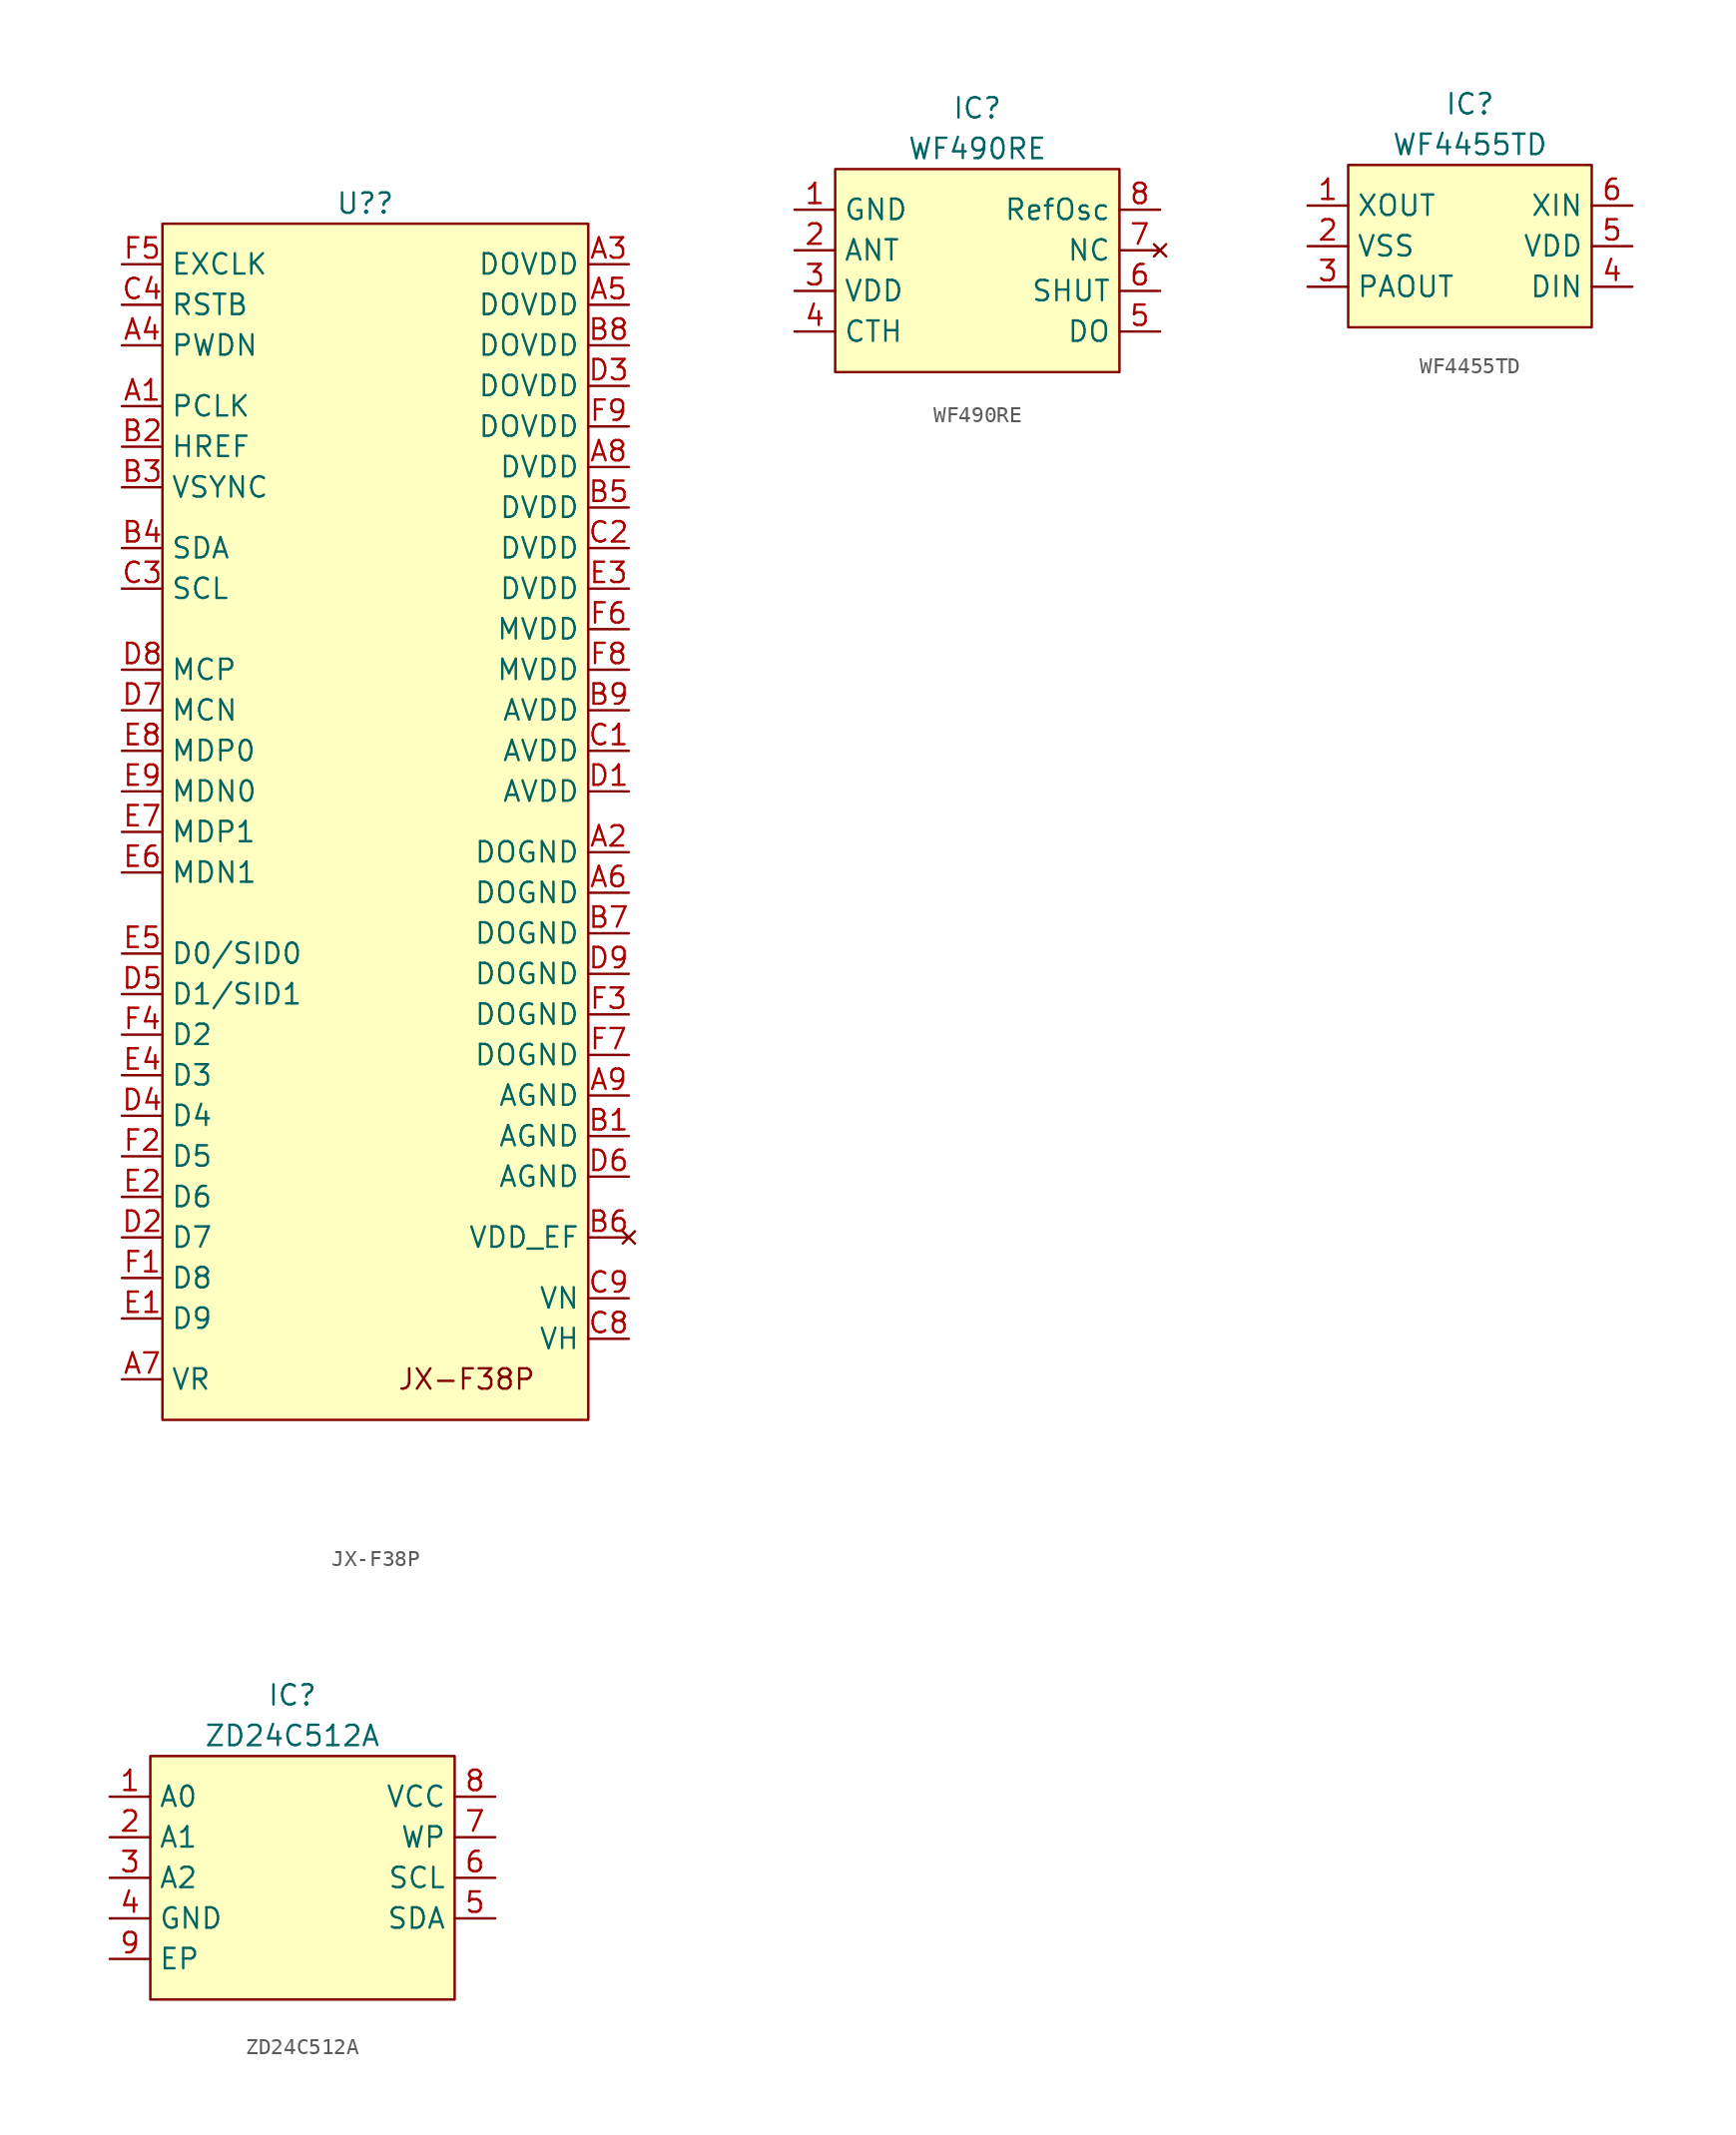
<source format=kicad_sym>
(kicad_symbol_lib
  (version 20220914)
  (generator kicad_symbol_editor)
  (symbol "JX-F38P"
    (property "Reference" "U?"
      (at 15.24 3.81 0)
      (effects (font (size 1.27 1.27))))
    (property "Value" ""
      (at 0 0 0)
      (effects (font (size 1.27 1.27))))
    (symbol "JX-F38P_1_1"
      (rectangle (start 2.54 2.54) (end 29.21 -72.39) (stroke (width 0) (type default)) (fill (type background)))
      (text "JX-F38P" (at 21.59 -69.85 0) (effects (font (size 1.27 1.27))))
      (pin input line (at 0 -8.89 0) (length 2.54) (name "PCLK" (effects (font (size 1.27 1.27)))) (number "A1" (effects (font (size 1.27 1.27)))))
      (pin input line (at 31.75 -36.83 180) (length 2.54) (name "DOGND" (effects (font (size 1.27 1.27)))) (number "A2" (effects (font (size 1.27 1.27)))))
      (pin input line (at 31.75 0 180) (length 2.54) (name "DOVDD" (effects (font (size 1.27 1.27)))) (number "A3" (effects (font (size 1.27 1.27)))))
      (pin input line (at 0 -5.08 0) (length 2.54) (name "PWDN" (effects (font (size 1.27 1.27)))) (number "A4" (effects (font (size 1.27 1.27)))))
      (pin input line (at 31.75 -2.54 180) (length 2.54) (name "DOVDD" (effects (font (size 1.27 1.27)))) (number "A5" (effects (font (size 1.27 1.27)))))
      (pin input line (at 31.75 -39.37 180) (length 2.54) (name "DOGND" (effects (font (size 1.27 1.27)))) (number "A6" (effects (font (size 1.27 1.27)))))
      (pin input line (at 0 -69.85 0) (length 2.54) (name "VR" (effects (font (size 1.27 1.27)))) (number "A7" (effects (font (size 1.27 1.27)))))
      (pin input line (at 31.75 -12.7 180) (length 2.54) (name "DVDD" (effects (font (size 1.27 1.27)))) (number "A8" (effects (font (size 1.27 1.27)))))
      (pin input line (at 31.75 -52.07 180) (length 2.54) (name "AGND" (effects (font (size 1.27 1.27)))) (number "A9" (effects (font (size 1.27 1.27)))))
      (pin input line (at 31.75 -54.61 180) (length 2.54) (name "AGND" (effects (font (size 1.27 1.27)))) (number "B1" (effects (font (size 1.27 1.27)))))
      (pin input line (at 0 -11.43 0) (length 2.54) (name "HREF" (effects (font (size 1.27 1.27)))) (number "B2" (effects (font (size 1.27 1.27)))))
      (pin input line (at 0 -13.97 0) (length 2.54) (name "VSYNC" (effects (font (size 1.27 1.27)))) (number "B3" (effects (font (size 1.27 1.27)))))
      (pin input line (at 0 -17.78 0) (length 2.54) (name "SDA" (effects (font (size 1.27 1.27)))) (number "B4" (effects (font (size 1.27 1.27)))))
      (pin input line (at 31.75 -15.24 180) (length 2.54) (name "DVDD" (effects (font (size 1.27 1.27)))) (number "B5" (effects (font (size 1.27 1.27)))))
      (pin no_connect line (at 31.75 -60.96 180) (length 2.54) (name "VDD_EF" (effects (font (size 1.27 1.27)))) (number "B6" (effects (font (size 1.27 1.27)))))
      (pin input line (at 31.75 -41.91 180) (length 2.54) (name "DOGND" (effects (font (size 1.27 1.27)))) (number "B7" (effects (font (size 1.27 1.27)))))
      (pin input line (at 31.75 -5.08 180) (length 2.54) (name "DOVDD" (effects (font (size 1.27 1.27)))) (number "B8" (effects (font (size 1.27 1.27)))))
      (pin input line (at 31.75 -27.94 180) (length 2.54) (name "AVDD" (effects (font (size 1.27 1.27)))) (number "B9" (effects (font (size 1.27 1.27)))))
      (pin input line (at 31.75 -30.48 180) (length 2.54) (name "AVDD" (effects (font (size 1.27 1.27)))) (number "C1" (effects (font (size 1.27 1.27)))))
      (pin input line (at 31.75 -17.78 180) (length 2.54) (name "DVDD" (effects (font (size 1.27 1.27)))) (number "C2" (effects (font (size 1.27 1.27)))))
      (pin input line (at 0 -20.32 0) (length 2.54) (name "SCL" (effects (font (size 1.27 1.27)))) (number "C3" (effects (font (size 1.27 1.27)))))
      (pin input line (at 0 -2.54 0) (length 2.54) (name "RSTB" (effects (font (size 1.27 1.27)))) (number "C4" (effects (font (size 1.27 1.27)))))
      (pin input line (at 31.75 -67.31 180) (length 2.54) (name "VH" (effects (font (size 1.27 1.27)))) (number "C8" (effects (font (size 1.27 1.27)))))
      (pin input line (at 31.75 -64.77 180) (length 2.54) (name "VN" (effects (font (size 1.27 1.27)))) (number "C9" (effects (font (size 1.27 1.27)))))
      (pin input line (at 31.75 -33.02 180) (length 2.54) (name "AVDD" (effects (font (size 1.27 1.27)))) (number "D1" (effects (font (size 1.27 1.27)))))
      (pin input line (at 0 -60.96 0) (length 2.54) (name "D7" (effects (font (size 1.27 1.27)))) (number "D2" (effects (font (size 1.27 1.27)))))
      (pin input line (at 31.75 -7.62 180) (length 2.54) (name "DOVDD" (effects (font (size 1.27 1.27)))) (number "D3" (effects (font (size 1.27 1.27)))))
      (pin input line (at 0 -53.34 0) (length 2.54) (name "D4" (effects (font (size 1.27 1.27)))) (number "D4" (effects (font (size 1.27 1.27)))))
      (pin input line (at 0 -45.72 0) (length 2.54) (name "D1/SID1" (effects (font (size 1.27 1.27)))) (number "D5" (effects (font (size 1.27 1.27)))))
      (pin input line (at 31.75 -57.15 180) (length 2.54) (name "AGND" (effects (font (size 1.27 1.27)))) (number "D6" (effects (font (size 1.27 1.27)))))
      (pin input line (at 0 -27.94 0) (length 2.54) (name "MCN" (effects (font (size 1.27 1.27)))) (number "D7" (effects (font (size 1.27 1.27)))))
      (pin input line (at 0 -25.4 0) (length 2.54) (name "MCP" (effects (font (size 1.27 1.27)))) (number "D8" (effects (font (size 1.27 1.27)))))
      (pin input line (at 31.75 -44.45 180) (length 2.54) (name "DOGND" (effects (font (size 1.27 1.27)))) (number "D9" (effects (font (size 1.27 1.27)))))
      (pin input line (at 0 -66.04 0) (length 2.54) (name "D9" (effects (font (size 1.27 1.27)))) (number "E1" (effects (font (size 1.27 1.27)))))
      (pin input line (at 0 -58.42 0) (length 2.54) (name "D6" (effects (font (size 1.27 1.27)))) (number "E2" (effects (font (size 1.27 1.27)))))
      (pin input line (at 31.75 -20.32 180) (length 2.54) (name "DVDD" (effects (font (size 1.27 1.27)))) (number "E3" (effects (font (size 1.27 1.27)))))
      (pin input line (at 0 -50.8 0) (length 2.54) (name "D3" (effects (font (size 1.27 1.27)))) (number "E4" (effects (font (size 1.27 1.27)))))
      (pin input line (at 0 -43.18 0) (length 2.54) (name "D0/SID0" (effects (font (size 1.27 1.27)))) (number "E5" (effects (font (size 1.27 1.27)))))
      (pin input line (at 0 -38.1 0) (length 2.54) (name "MDN1" (effects (font (size 1.27 1.27)))) (number "E6" (effects (font (size 1.27 1.27)))))
      (pin input line (at 0 -35.56 0) (length 2.54) (name "MDP1" (effects (font (size 1.27 1.27)))) (number "E7" (effects (font (size 1.27 1.27)))))
      (pin input line (at 0 -30.48 0) (length 2.54) (name "MDP0" (effects (font (size 1.27 1.27)))) (number "E8" (effects (font (size 1.27 1.27)))))
      (pin input line (at 0 -33.02 0) (length 2.54) (name "MDN0" (effects (font (size 1.27 1.27)))) (number "E9" (effects (font (size 1.27 1.27)))))
      (pin input line (at 0 -63.5 0) (length 2.54) (name "D8" (effects (font (size 1.27 1.27)))) (number "F1" (effects (font (size 1.27 1.27)))))
      (pin input line (at 0 -55.88 0) (length 2.54) (name "D5" (effects (font (size 1.27 1.27)))) (number "F2" (effects (font (size 1.27 1.27)))))
      (pin input line (at 31.75 -46.99 180) (length 2.54) (name "DOGND" (effects (font (size 1.27 1.27)))) (number "F3" (effects (font (size 1.27 1.27)))))
      (pin input line (at 0 -48.26 0) (length 2.54) (name "D2" (effects (font (size 1.27 1.27)))) (number "F4" (effects (font (size 1.27 1.27)))))
      (pin input line (at 0 0 0) (length 2.54) (name "EXCLK" (effects (font (size 1.27 1.27)))) (number "F5" (effects (font (size 1.27 1.27)))))
      (pin input line (at 31.75 -22.86 180) (length 2.54) (name "MVDD" (effects (font (size 1.27 1.27)))) (number "F6" (effects (font (size 1.27 1.27)))))
      (pin input line (at 31.75 -49.53 180) (length 2.54) (name "DOGND" (effects (font (size 1.27 1.27)))) (number "F7" (effects (font (size 1.27 1.27)))))
      (pin input line (at 31.75 -25.4 180) (length 2.54) (name "MVDD" (effects (font (size 1.27 1.27)))) (number "F8" (effects (font (size 1.27 1.27)))))
      (pin input line (at 31.75 -10.16 180) (length 2.54) (name "DOVDD" (effects (font (size 1.27 1.27)))) (number "F9" (effects (font (size 1.27 1.27)))))))
  (symbol "WF490RE"
    (property "Reference" "IC"
      (at 0 10.16 0)
      (effects (font (size 1.27 1.27))))
    (property "Value" "WF490RE"
      (at 0 7.62 0)
      (effects (font (size 1.27 1.27))))
    (symbol "WF490RE_1_1"
      (rectangle (start -8.89 6.35) (end 8.89 -6.35) (stroke (width 0) (type default)) (fill (type background)))
      (pin input line (at -11.43 3.81 0) (length 2.54) (name "GND" (effects (font (size 1.27 1.27)))) (number "1" (effects (font (size 1.27 1.27)))))
      (pin input line (at -11.43 1.27 0) (length 2.54) (name "ANT" (effects (font (size 1.27 1.27)))) (number "2" (effects (font (size 1.27 1.27)))))
      (pin input line (at -11.43 -1.27 0) (length 2.54) (name "VDD" (effects (font (size 1.27 1.27)))) (number "3" (effects (font (size 1.27 1.27)))))
      (pin input line (at -11.43 -3.81 0) (length 2.54) (name "CTH" (effects (font (size 1.27 1.27)))) (number "4" (effects (font (size 1.27 1.27)))))
      (pin input line (at 11.43 -3.81 180) (length 2.54) (name "DO" (effects (font (size 1.27 1.27)))) (number "5" (effects (font (size 1.27 1.27)))))
      (pin input line (at 11.43 -1.27 180) (length 2.54) (name "SHUT" (effects (font (size 1.27 1.27)))) (number "6" (effects (font (size 1.27 1.27)))))
      (pin no_connect line (at 11.43 1.27 180) (length 2.54) (name "NC" (effects (font (size 1.27 1.27)))) (number "7" (effects (font (size 1.27 1.27)))))
      (pin input line (at 11.43 3.81 180) (length 2.54) (name "RefOsc" (effects (font (size 1.27 1.27)))) (number "8" (effects (font (size 1.27 1.27)))))))
  (symbol "WF4455TD"
    (property "Reference" "IC"
      (at 0 8.89 0)
      (effects (font (size 1.27 1.27))))
    (property "Value" "WF4455TD"
      (at 0 6.35 0)
      (effects (font (size 1.27 1.27))))
    (symbol "WF4455TD_1_1"
      (rectangle (start -7.62 5.08) (end 7.62 -5.08) (stroke (width 0) (type default)) (fill (type background)))
      (pin input line (at -10.16 2.54 0) (length 2.54) (name "XOUT" (effects (font (size 1.27 1.27)))) (number "1" (effects (font (size 1.27 1.27)))))
      (pin input line (at -10.16 0 0) (length 2.54) (name "VSS" (effects (font (size 1.27 1.27)))) (number "2" (effects (font (size 1.27 1.27)))))
      (pin input line (at -10.16 -2.54 0) (length 2.54) (name "PAOUT" (effects (font (size 1.27 1.27)))) (number "3" (effects (font (size 1.27 1.27)))))
      (pin input line (at 10.16 -2.54 180) (length 2.54) (name "DIN" (effects (font (size 1.27 1.27)))) (number "4" (effects (font (size 1.27 1.27)))))
      (pin input line (at 10.16 0 180) (length 2.54) (name "VDD" (effects (font (size 1.27 1.27)))) (number "5" (effects (font (size 1.27 1.27)))))
      (pin input line (at 10.16 2.54 180) (length 2.54) (name "XIN" (effects (font (size 1.27 1.27)))) (number "6" (effects (font (size 1.27 1.27)))))))
  (symbol "ZD24C512A"
    (property "Reference" "IC"
      (at 0 10.16 0)
      (effects (font (size 1.27 1.27))))
    (property "Value" "ZD24C512A"
      (at 0 7.62 0)
      (effects (font (size 1.27 1.27))))
    (symbol "ZD24C512A_1_1"
      (rectangle (start -8.89 6.35) (end 10.16 -8.89) (stroke (width 0) (type default)) (fill (type background)))
      (pin input line (at -11.43 3.81 0) (length 2.54) (name "A0" (effects (font (size 1.27 1.27)))) (number "1" (effects (font (size 1.27 1.27)))))
      (pin input line (at -11.43 1.27 0) (length 2.54) (name "A1" (effects (font (size 1.27 1.27)))) (number "2" (effects (font (size 1.27 1.27)))))
      (pin input line (at -11.43 -1.27 0) (length 2.54) (name "A2" (effects (font (size 1.27 1.27)))) (number "3" (effects (font (size 1.27 1.27)))))
      (pin input line (at -11.43 -3.81 0) (length 2.54) (name "GND" (effects (font (size 1.27 1.27)))) (number "4" (effects (font (size 1.27 1.27)))))
      (pin input line (at 12.7 -3.81 180) (length 2.54) (name "SDA" (effects (font (size 1.27 1.27)))) (number "5" (effects (font (size 1.27 1.27)))))
      (pin input line (at 12.7 -1.27 180) (length 2.54) (name "SCL" (effects (font (size 1.27 1.27)))) (number "6" (effects (font (size 1.27 1.27)))))
      (pin input line (at 12.7 1.27 180) (length 2.54) (name "WP" (effects (font (size 1.27 1.27)))) (number "7" (effects (font (size 1.27 1.27)))))
      (pin input line (at 12.7 3.81 180) (length 2.54) (name "VCC" (effects (font (size 1.27 1.27)))) (number "8" (effects (font (size 1.27 1.27)))))
      (pin input line (at -11.43 -6.35 0) (length 2.54) (name "EP" (effects (font (size 1.27 1.27)))) (number "9" (effects (font (size 1.27 1.27))))))))
</source>
